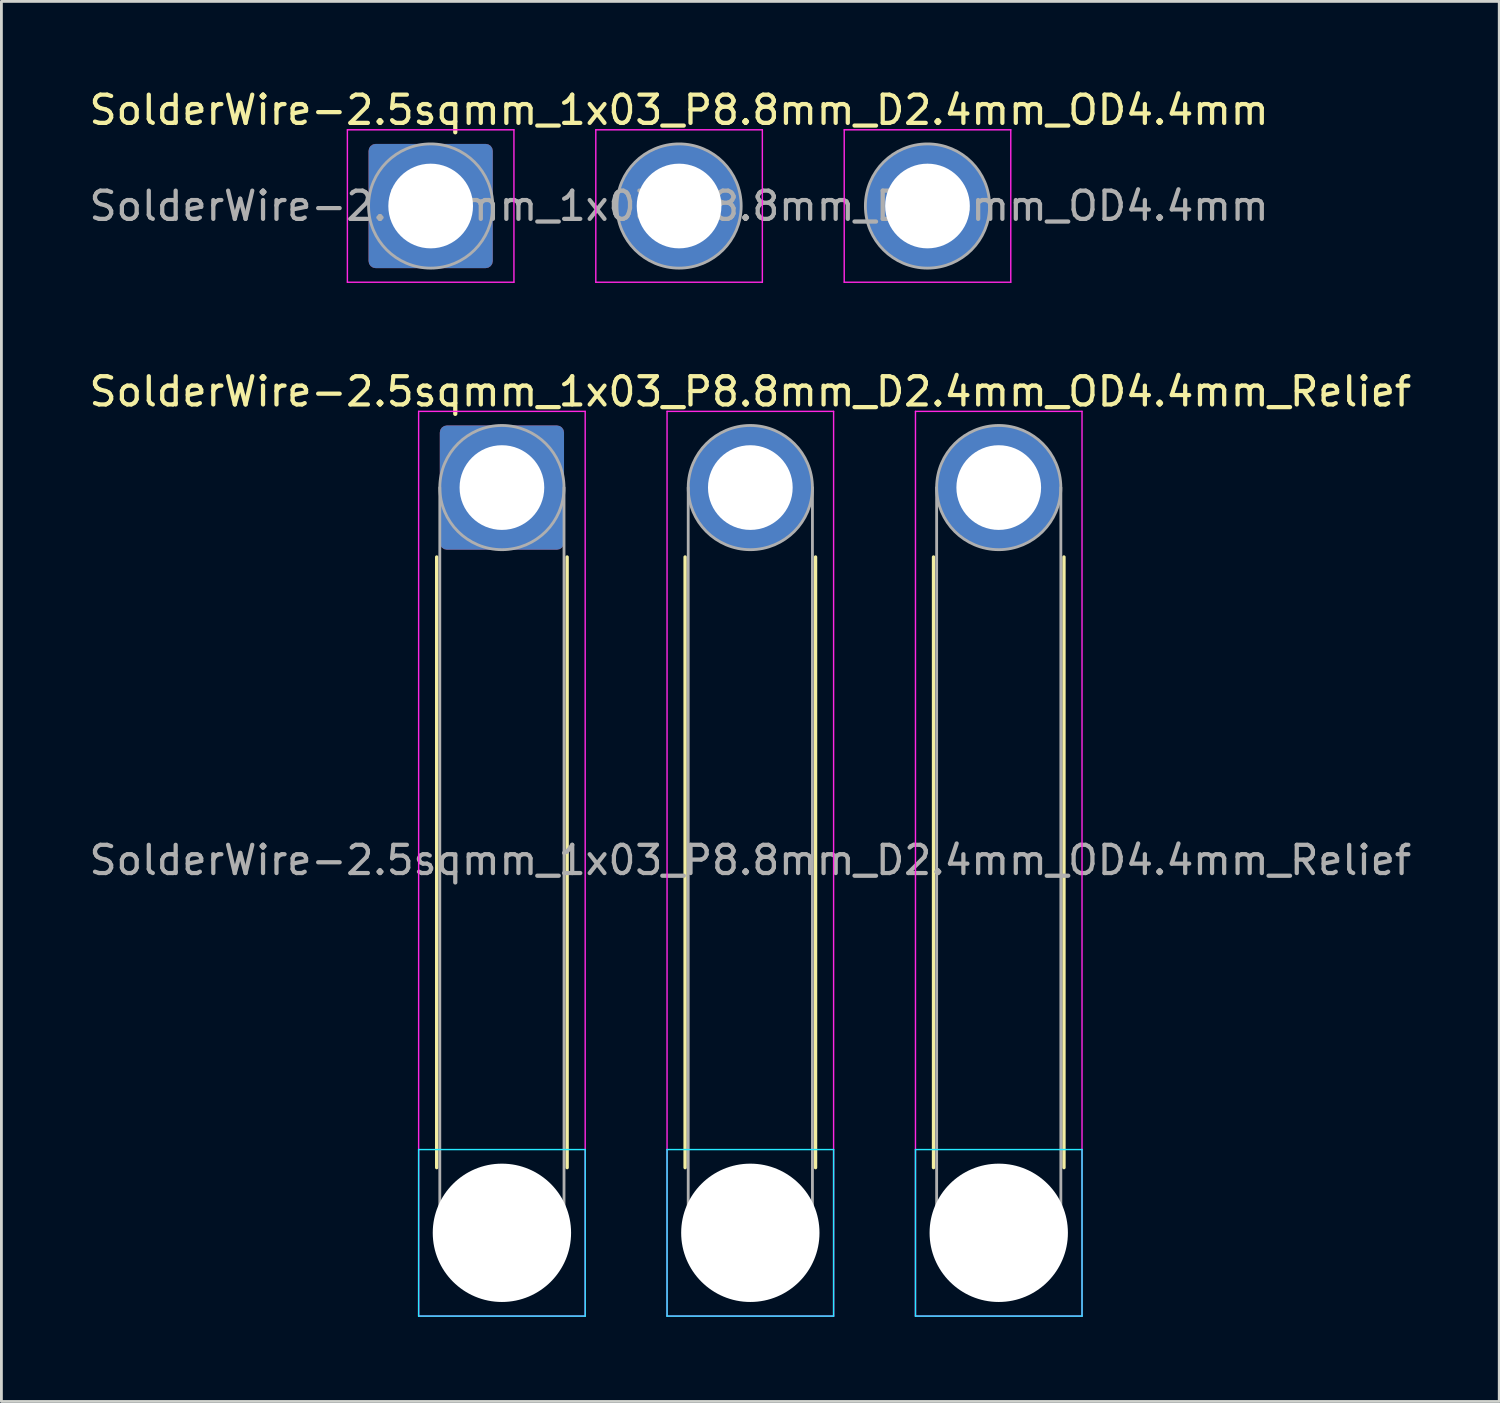
<source format=kicad_pcb>
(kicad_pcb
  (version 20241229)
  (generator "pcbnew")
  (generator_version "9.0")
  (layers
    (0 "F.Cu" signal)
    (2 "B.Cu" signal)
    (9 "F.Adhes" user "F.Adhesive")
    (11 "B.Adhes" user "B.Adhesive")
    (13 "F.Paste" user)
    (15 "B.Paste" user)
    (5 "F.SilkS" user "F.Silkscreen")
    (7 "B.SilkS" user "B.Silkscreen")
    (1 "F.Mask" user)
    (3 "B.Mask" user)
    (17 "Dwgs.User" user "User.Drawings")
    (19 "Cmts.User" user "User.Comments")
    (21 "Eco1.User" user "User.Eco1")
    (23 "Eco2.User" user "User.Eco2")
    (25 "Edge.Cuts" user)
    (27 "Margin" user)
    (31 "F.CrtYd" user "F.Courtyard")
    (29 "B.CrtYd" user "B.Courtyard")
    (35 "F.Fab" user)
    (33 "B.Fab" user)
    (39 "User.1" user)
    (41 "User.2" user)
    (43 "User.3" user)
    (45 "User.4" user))
  (footprint "SolderWire-2.5sqmm_1x03_P8.8mm_D2.4mm_OD4.4mm"
    (layer "F.Cu")
    (at 12.206 4.248)
    (property "Reference" "SolderWire-2.5sqmm_1x03_P8.8mm_D2.4mm_OD4.4mm" (at 8.8 -3.4 0) (layer "F.SilkS") (effects (font (size 1 1) (thickness 0.15))))
    (attr exclude_from_pos_files exclude_from_bom)
    (fp_line (start -2.95 -2.7) (end -2.95 2.7) (stroke (width 0.05) (type solid)) (layer "F.CrtYd"))
    (fp_line (start -2.95 2.7) (end 2.95 2.7) (stroke (width 0.05) (type solid)) (layer "F.CrtYd"))
    (fp_line (start 2.95 -2.7) (end -2.95 -2.7) (stroke (width 0.05) (type solid)) (layer "F.CrtYd"))
    (fp_line (start 2.95 2.7) (end 2.95 -2.7) (stroke (width 0.05) (type solid)) (layer "F.CrtYd"))
    (fp_line (start 5.85 -2.7) (end 5.85 2.7) (stroke (width 0.05) (type solid)) (layer "F.CrtYd"))
    (fp_line (start 5.85 2.7) (end 11.75 2.7) (stroke (width 0.05) (type solid)) (layer "F.CrtYd"))
    (fp_line (start 11.75 -2.7) (end 5.85 -2.7) (stroke (width 0.05) (type solid)) (layer "F.CrtYd"))
    (fp_line (start 11.75 2.7) (end 11.75 -2.7) (stroke (width 0.05) (type solid)) (layer "F.CrtYd"))
    (fp_line (start 14.65 -2.7) (end 14.65 2.7) (stroke (width 0.05) (type solid)) (layer "F.CrtYd"))
    (fp_line (start 14.65 2.7) (end 20.55 2.7) (stroke (width 0.05) (type solid)) (layer "F.CrtYd"))
    (fp_line (start 20.55 -2.7) (end 14.65 -2.7) (stroke (width 0.05) (type solid)) (layer "F.CrtYd"))
    (fp_line (start 20.55 2.7) (end 20.55 -2.7) (stroke (width 0.05) (type solid)) (layer "F.CrtYd"))
    (fp_circle (center 0 0) (end 2.2 0) (stroke (width 0.1) (type solid)) (fill no) (layer "F.Fab"))
    (fp_circle (center 8.8 0) (end 11 0) (stroke (width 0.1) (type solid)) (fill no) (layer "F.Fab"))
    (fp_circle (center 17.6 0) (end 19.8 0) (stroke (width 0.1) (type solid)) (fill no) (layer "F.Fab"))
    (fp_text user "${REFERENCE}" (at 8.8 0 0) (layer "F.Fab") (effects (font (size 1 1) (thickness 0.15))))
    (pad "1" thru_hole roundrect (at 0 0) (size 4.4 4.4) (drill 3) (layers "*.Cu" "*.Mask") (roundrect_rratio 0.057))
    (pad "2" thru_hole circle (at 8.8 0) (size 4.4 4.4) (drill 3) (layers "*.Cu" "*.Mask"))
    (pad "3" thru_hole circle (at 17.6 0) (size 4.4 4.4) (drill 3) (layers "*.Cu" "*.Mask")))
  (footprint "SolderWire-2.5sqmm_1x03_P8.8mm_D2.4mm_OD4.4mm_Relief"
    (layer "F.Cu")
    (at 14.73 14.222)
    (property "Reference" "SolderWire-2.5sqmm_1x03_P8.8mm_D2.4mm_OD4.4mm_Relief" (at 8.8 -3.4 0) (layer "F.SilkS") (effects (font (size 1 1) (thickness 0.15))))
    (attr exclude_from_pos_files exclude_from_bom)
    (fp_line (start -2.31 2.46) (end -2.31 24.09) (stroke (width 0.12) (type solid)) (layer "F.SilkS"))
    (fp_line (start 2.31 2.46) (end 2.31 24.09) (stroke (width 0.12) (type solid)) (layer "F.SilkS"))
    (fp_line (start 6.49 2.46) (end 6.49 24.09) (stroke (width 0.12) (type solid)) (layer "F.SilkS"))
    (fp_line (start 11.11 2.46) (end 11.11 24.09) (stroke (width 0.12) (type solid)) (layer "F.SilkS"))
    (fp_line (start 15.29 2.46) (end 15.29 24.09) (stroke (width 0.12) (type solid)) (layer "F.SilkS"))
    (fp_line (start 19.91 2.46) (end 19.91 24.09) (stroke (width 0.12) (type solid)) (layer "F.SilkS"))
    (fp_line (start -2.95 23.45) (end -2.95 29.35) (stroke (width 0.05) (type solid)) (layer "B.CrtYd"))
    (fp_line (start -2.95 29.35) (end 2.95 29.35) (stroke (width 0.05) (type solid)) (layer "B.CrtYd"))
    (fp_line (start 2.95 23.45) (end -2.95 23.45) (stroke (width 0.05) (type solid)) (layer "B.CrtYd"))
    (fp_line (start 2.95 29.35) (end 2.95 23.45) (stroke (width 0.05) (type solid)) (layer "B.CrtYd"))
    (fp_line (start 5.85 23.45) (end 5.85 29.35) (stroke (width 0.05) (type solid)) (layer "B.CrtYd"))
    (fp_line (start 5.85 29.35) (end 11.75 29.35) (stroke (width 0.05) (type solid)) (layer "B.CrtYd"))
    (fp_line (start 11.75 23.45) (end 5.85 23.45) (stroke (width 0.05) (type solid)) (layer "B.CrtYd"))
    (fp_line (start 11.75 29.35) (end 11.75 23.45) (stroke (width 0.05) (type solid)) (layer "B.CrtYd"))
    (fp_line (start 14.65 23.45) (end 14.65 29.35) (stroke (width 0.05) (type solid)) (layer "B.CrtYd"))
    (fp_line (start 14.65 29.35) (end 20.55 29.35) (stroke (width 0.05) (type solid)) (layer "B.CrtYd"))
    (fp_line (start 20.55 23.45) (end 14.65 23.45) (stroke (width 0.05) (type solid)) (layer "B.CrtYd"))
    (fp_line (start 20.55 29.35) (end 20.55 23.45) (stroke (width 0.05) (type solid)) (layer "B.CrtYd"))
    (fp_line (start -2.95 -2.7) (end -2.95 29.35) (stroke (width 0.05) (type solid)) (layer "F.CrtYd"))
    (fp_line (start -2.95 29.35) (end 2.95 29.35) (stroke (width 0.05) (type solid)) (layer "F.CrtYd"))
    (fp_line (start 2.95 -2.7) (end -2.95 -2.7) (stroke (width 0.05) (type solid)) (layer "F.CrtYd"))
    (fp_line (start 2.95 29.35) (end 2.95 -2.7) (stroke (width 0.05) (type solid)) (layer "F.CrtYd"))
    (fp_line (start 5.85 -2.7) (end 5.85 29.35) (stroke (width 0.05) (type solid)) (layer "F.CrtYd"))
    (fp_line (start 5.85 29.35) (end 11.75 29.35) (stroke (width 0.05) (type solid)) (layer "F.CrtYd"))
    (fp_line (start 11.75 -2.7) (end 5.85 -2.7) (stroke (width 0.05) (type solid)) (layer "F.CrtYd"))
    (fp_line (start 11.75 29.35) (end 11.75 -2.7) (stroke (width 0.05) (type solid)) (layer "F.CrtYd"))
    (fp_line (start 14.65 -2.7) (end 14.65 29.35) (stroke (width 0.05) (type solid)) (layer "F.CrtYd"))
    (fp_line (start 14.65 29.35) (end 20.55 29.35) (stroke (width 0.05) (type solid)) (layer "F.CrtYd"))
    (fp_line (start 20.55 -2.7) (end 14.65 -2.7) (stroke (width 0.05) (type solid)) (layer "F.CrtYd"))
    (fp_line (start 20.55 29.35) (end 20.55 -2.7) (stroke (width 0.05) (type solid)) (layer "F.CrtYd"))
    (fp_line (start -2.2 0) (end -2.2 26.4) (stroke (width 0.1) (type solid)) (layer "F.Fab"))
    (fp_line (start 2.2 0) (end 2.2 26.4) (stroke (width 0.1) (type solid)) (layer "F.Fab"))
    (fp_line (start 6.6 0) (end 6.6 26.4) (stroke (width 0.1) (type solid)) (layer "F.Fab"))
    (fp_line (start 11 0) (end 11 26.4) (stroke (width 0.1) (type solid)) (layer "F.Fab"))
    (fp_line (start 15.4 0) (end 15.4 26.4) (stroke (width 0.1) (type solid)) (layer "F.Fab"))
    (fp_line (start 19.8 0) (end 19.8 26.4) (stroke (width 0.1) (type solid)) (layer "F.Fab"))
    (fp_circle (center 0 0) (end 2.2 0) (stroke (width 0.1) (type solid)) (fill no) (layer "F.Fab"))
    (fp_circle (center 0 26.4) (end 2.2 26.4) (stroke (width 0.1) (type solid)) (fill no) (layer "F.Fab"))
    (fp_circle (center 8.8 0) (end 11 0) (stroke (width 0.1) (type solid)) (fill no) (layer "F.Fab"))
    (fp_circle (center 8.8 26.4) (end 11 26.4) (stroke (width 0.1) (type solid)) (fill no) (layer "F.Fab"))
    (fp_circle (center 17.6 0) (end 19.8 0) (stroke (width 0.1) (type solid)) (fill no) (layer "F.Fab"))
    (fp_circle (center 17.6 26.4) (end 19.8 26.4) (stroke (width 0.1) (type solid)) (fill no) (layer "F.Fab"))
    (fp_text user "${REFERENCE}" (at 8.8 13.2 0) (layer "F.Fab") (effects (font (size 1 1) (thickness 0.15))))
    (pad "" np_thru_hole circle (at 0 26.4) (size 4.9 4.9) (drill 4.9) (layers "*.Cu" "*.Mask"))
    (pad "" np_thru_hole circle (at 8.8 26.4) (size 4.9 4.9) (drill 4.9) (layers "*.Cu" "*.Mask"))
    (pad "" np_thru_hole circle (at 17.6 26.4) (size 4.9 4.9) (drill 4.9) (layers "*.Cu" "*.Mask"))
    (pad "1" thru_hole roundrect (at 0 0) (size 4.4 4.4) (drill 3) (layers "*.Cu" "*.Mask") (roundrect_rratio 0.057))
    (pad "2" thru_hole circle (at 8.8 0) (size 4.4 4.4) (drill 3) (layers "*.Cu" "*.Mask"))
    (pad "3" thru_hole circle (at 17.6 0) (size 4.4 4.4) (drill 3) (layers "*.Cu" "*.Mask")))
  (gr_rect
    (start -3 -3)
    (end 50.06 46.596)
    (stroke (width 0.1) (type default))
    (fill no)
    (layer "Edge.Cuts")))
</source>
